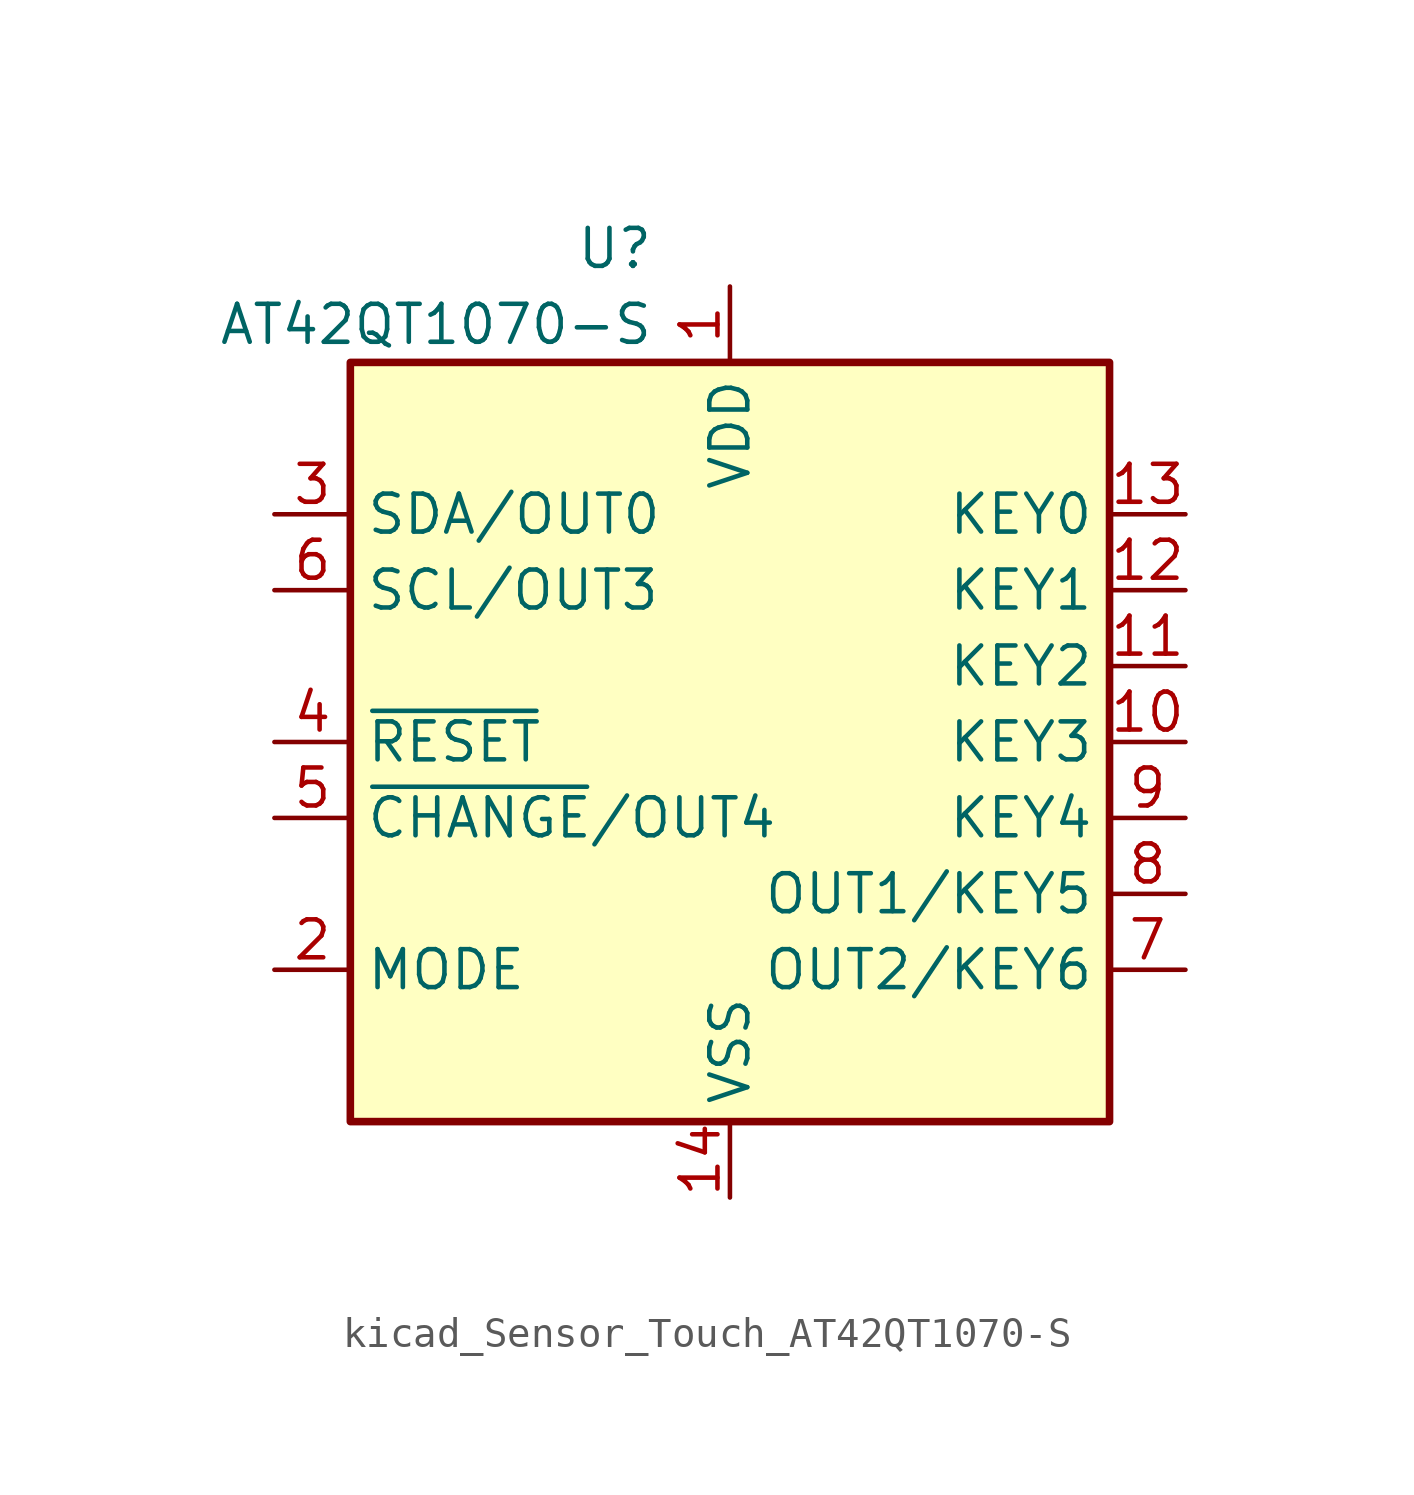
<source format=kicad_sym>
(kicad_symbol_lib
  (version 20220914)
  (generator kicad_symbol_editor)
  (symbol "kicad_Sensor_Touch_AT42QT1070-S"
    (property "Reference" "U"
      (at -2.54 16.51 0)
      (effects (font (size 1.27 1.27)) (justify right)))
    (property "Value" "AT42QT1070-S"
      (at -2.54 13.97 0)
      (effects (font (size 1.27 1.27)) (justify right)))
    (symbol "kicad_Sensor_Touch_AT42QT1070-S_0_1"
      (rectangle (start -12.7 12.7) (end 12.7 -12.7) (stroke (width 0.254) (type default)) (fill (type background))))
    (symbol "kicad_Sensor_Touch_AT42QT1070-S_1_1"
      (pin power_in line (at 0 15.24 270) (length 2.54) (name "VDD" (effects (font (size 1.27 1.27)))) (number "1" (effects (font (size 1.27 1.27)))))
      (pin passive line (at 15.24 0 180) (length 2.54) (name "KEY3" (effects (font (size 1.27 1.27)))) (number "10" (effects (font (size 1.27 1.27)))))
      (pin passive line (at 15.24 2.54 180) (length 2.54) (name "KEY2" (effects (font (size 1.27 1.27)))) (number "11" (effects (font (size 1.27 1.27)))))
      (pin passive line (at 15.24 5.08 180) (length 2.54) (name "KEY1" (effects (font (size 1.27 1.27)))) (number "12" (effects (font (size 1.27 1.27)))))
      (pin passive line (at 15.24 7.62 180) (length 2.54) (name "KEY0" (effects (font (size 1.27 1.27)))) (number "13" (effects (font (size 1.27 1.27)))))
      (pin power_in line (at 0 -15.24 90) (length 2.54) (name "VSS" (effects (font (size 1.27 1.27)))) (number "14" (effects (font (size 1.27 1.27)))))
      (pin input line (at -15.24 -7.62 0) (length 2.54) (name "MODE" (effects (font (size 1.27 1.27)))) (number "2" (effects (font (size 1.27 1.27)))))
      (pin bidirectional line (at -15.24 7.62 0) (length 2.54) (name "SDA/OUT0" (effects (font (size 1.27 1.27)))) (number "3" (effects (font (size 1.27 1.27)))))
      (pin input line (at -15.24 0 0) (length 2.54) (name "~{RESET}" (effects (font (size 1.27 1.27)))) (number "4" (effects (font (size 1.27 1.27)))))
      (pin open_collector line (at -15.24 -2.54 0) (length 2.54) (name "~{CHANGE}/OUT4" (effects (font (size 1.27 1.27)))) (number "5" (effects (font (size 1.27 1.27)))))
      (pin bidirectional line (at -15.24 5.08 0) (length 2.54) (name "SCL/OUT3" (effects (font (size 1.27 1.27)))) (number "6" (effects (font (size 1.27 1.27)))))
      (pin output line (at 15.24 -7.62 180) (length 2.54) (name "OUT2/KEY6" (effects (font (size 1.27 1.27)))) (number "7" (effects (font (size 1.27 1.27)))))
      (pin output line (at 15.24 -5.08 180) (length 2.54) (name "OUT1/KEY5" (effects (font (size 1.27 1.27)))) (number "8" (effects (font (size 1.27 1.27)))))
      (pin passive line (at 15.24 -2.54 180) (length 2.54) (name "KEY4" (effects (font (size 1.27 1.27)))) (number "9" (effects (font (size 1.27 1.27))))))))
</source>
